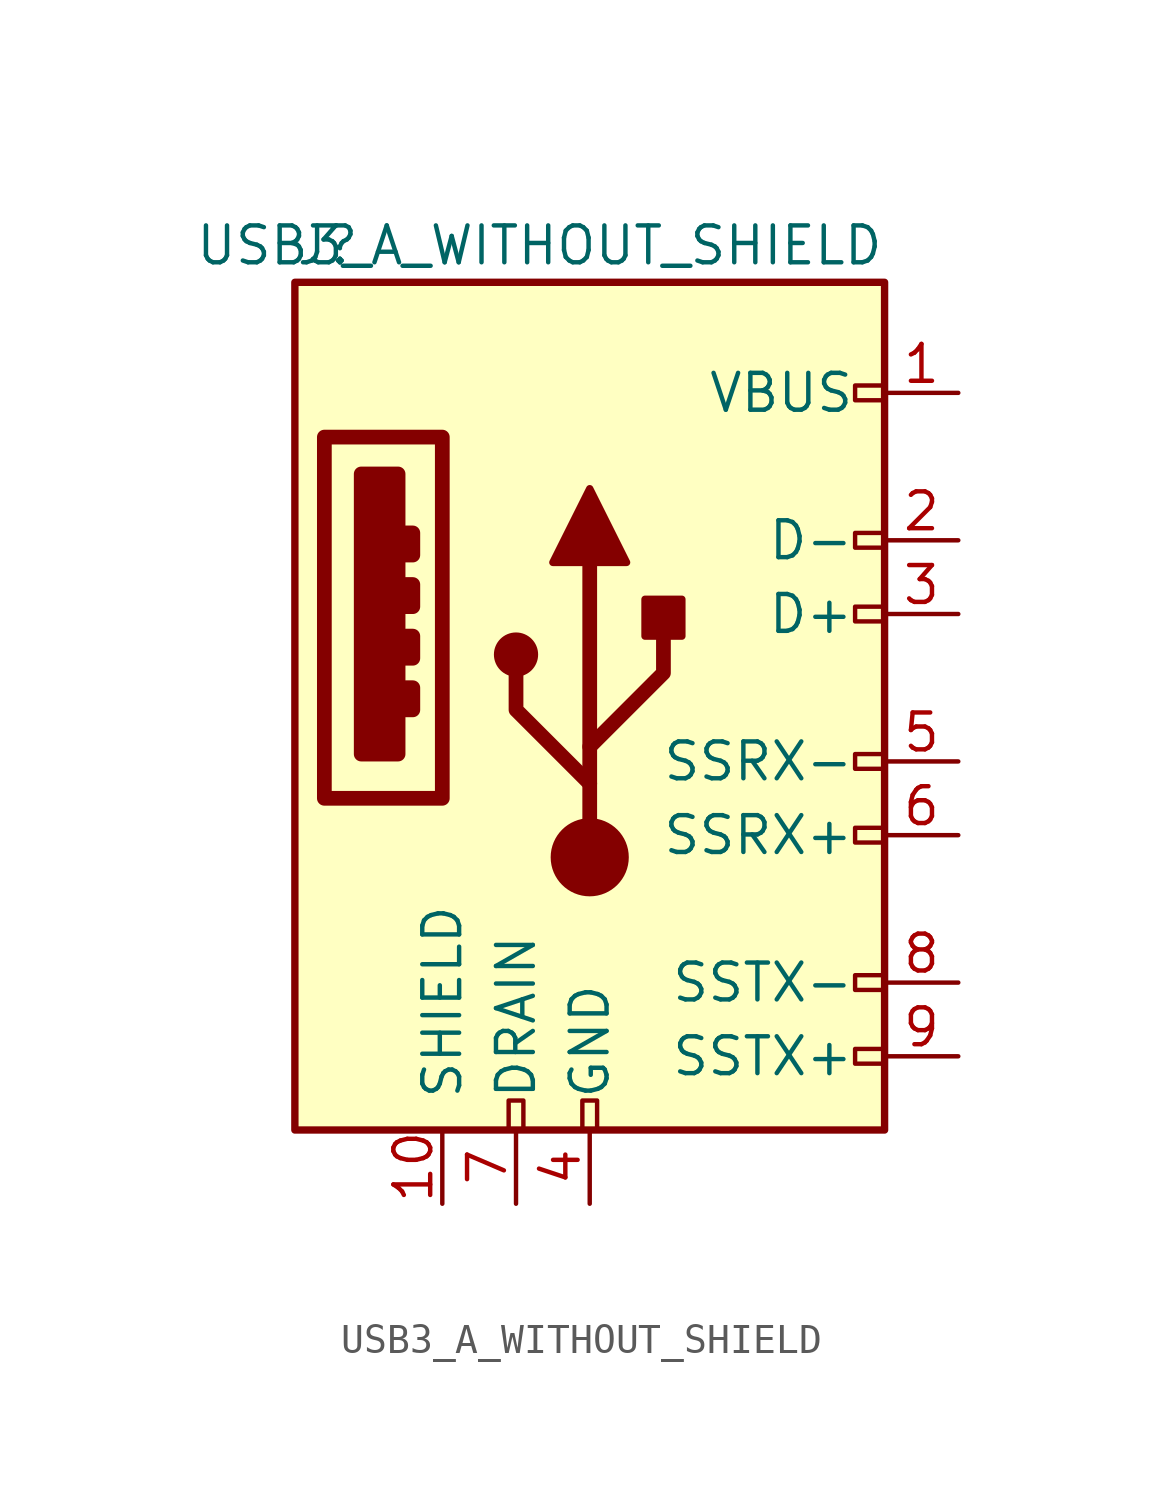
<source format=kicad_sym>
(kicad_symbol_lib
  (version 20211014)
  (generator kicad_symbol_editor)
  (symbol "USB3_A_WITHOUT_SHIELD"
    (pin_names
      (offset 1.016))
    (property "Reference" "J"
      (at -10.16 15.24 0)
      (effects (font (size 1.27 1.27)) (justify left)))
    (property "Value" "USB3_A_WITHOUT_SHIELD"
      (at 10.16 15.24 0)
      (effects (font (size 1.27 1.27)) (justify right)))
    (symbol "USB3_A_WITHOUT_SHIELD_0_0"
      (rectangle (start -9.144 8.636) (end -5.08 -3.81) (stroke (width 0.508) (type default) (color 0 0 0 0)) (fill (type none)))
      (rectangle (start -7.874 7.366) (end -6.604 -2.286) (stroke (width 0.508) (type default) (color 0 0 0 0)) (fill (type outline)))
      (rectangle (start -6.35 0) (end -6.096 -0.762) (stroke (width 0.508) (type default) (color 0 0 0 0)) (fill (type none)))
      (rectangle (start -6.35 1.778) (end -6.096 1.016) (stroke (width 0.508) (type default) (color 0 0 0 0)) (fill (type none)))
      (rectangle (start -6.35 3.556) (end -6.096 2.794) (stroke (width 0.508) (type default) (color 0 0 0 0)) (fill (type none)))
      (rectangle (start -6.35 5.334) (end -6.096 4.572) (stroke (width 0.508) (type default) (color 0 0 0 0)) (fill (type none)))
      (rectangle (start -2.794 -15.24) (end -2.286 -14.224) (stroke (width 0) (type default) (color 0 0 0 0)) (fill (type none)))
      (rectangle (start -0.254 -15.24) (end 0.254 -14.224) (stroke (width 0) (type default) (color 0 0 0 0)) (fill (type none)))
      (rectangle (start 10.16 -12.446) (end 9.144 -12.954) (stroke (width 0) (type default) (color 0 0 0 0)) (fill (type none)))
      (rectangle (start 10.16 -9.906) (end 9.144 -10.414) (stroke (width 0) (type default) (color 0 0 0 0)) (fill (type none)))
      (rectangle (start 10.16 -4.826) (end 9.144 -5.334) (stroke (width 0) (type default) (color 0 0 0 0)) (fill (type none)))
      (rectangle (start 10.16 -2.286) (end 9.144 -2.794) (stroke (width 0) (type default) (color 0 0 0 0)) (fill (type none)))
      (rectangle (start 10.16 2.794) (end 9.144 2.286) (stroke (width 0) (type default) (color 0 0 0 0)) (fill (type none)))
      (rectangle (start 10.16 5.334) (end 9.144 4.826) (stroke (width 0) (type default) (color 0 0 0 0)) (fill (type none)))
      (rectangle (start 10.16 10.414) (end 9.144 9.906) (stroke (width 0) (type default) (color 0 0 0 0)) (fill (type none))))
    (symbol "USB3_A_WITHOUT_SHIELD_0_1"
      (rectangle (start -10.16 13.97) (end 10.16 -15.24) (stroke (width 0.254) (type default) (color 0 0 0 0)) (fill (type background))))
    (symbol "USB3_A_WITHOUT_SHIELD_1_1"
      (circle (center -2.54 1.143) (radius 0.635) (stroke (width 0.254) (type default) (color 0 0 0 0)) (fill (type outline)))
      (circle (center 0 -5.842) (radius 1.27) (stroke (width 0) (type default) (color 0 0 0 0)) (fill (type outline)))
      (polyline (pts (xy 0 -5.842) (xy 0 4.318)) (stroke (width 0.508) (type default) (color 0 0 0 0)) (fill (type none)))
      (polyline (pts (xy 0 -3.302) (xy -2.54 -0.762) (xy -2.54 0.508)) (stroke (width 0.508) (type default) (color 0 0 0 0)) (fill (type none)))
      (polyline (pts (xy 0 -2.032) (xy 2.54 0.508) (xy 2.54 1.778)) (stroke (width 0.508) (type default) (color 0 0 0 0)) (fill (type none)))
      (polyline (pts (xy -1.27 4.318) (xy 0 6.858) (xy 1.27 4.318) (xy -1.27 4.318)) (stroke (width 0.254) (type default) (color 0 0 0 0)) (fill (type outline)))
      (rectangle (start 1.905 1.778) (end 3.175 3.048) (stroke (width 0.254) (type default) (color 0 0 0 0)) (fill (type outline)))
      (pin power_in line (at 12.7 10.16 180) (length 2.54) (name "VBUS" (effects (font (size 1.27 1.27)))) (number "1" (effects (font (size 1.27 1.27)))))
      (pin passive line (at -5.08 -17.78 90) (length 2.54) (name "SHIELD" (effects (font (size 1.27 1.27)))) (number "10" (effects (font (size 1.27 1.27)))))
      (pin bidirectional line (at 12.7 5.08 180) (length 2.54) (name "D-" (effects (font (size 1.27 1.27)))) (number "2" (effects (font (size 1.27 1.27)))))
      (pin bidirectional line (at 12.7 2.54 180) (length 2.54) (name "D+" (effects (font (size 1.27 1.27)))) (number "3" (effects (font (size 1.27 1.27)))))
      (pin power_in line (at 0 -17.78 90) (length 2.54) (name "GND" (effects (font (size 1.27 1.27)))) (number "4" (effects (font (size 1.27 1.27)))))
      (pin output line (at 12.7 -2.54 180) (length 2.54) (name "SSRX-" (effects (font (size 1.27 1.27)))) (number "5" (effects (font (size 1.27 1.27)))))
      (pin output line (at 12.7 -5.08 180) (length 2.54) (name "SSRX+" (effects (font (size 1.27 1.27)))) (number "6" (effects (font (size 1.27 1.27)))))
      (pin passive line (at -2.54 -17.78 90) (length 2.54) (name "DRAIN" (effects (font (size 1.27 1.27)))) (number "7" (effects (font (size 1.27 1.27)))))
      (pin input line (at 12.7 -10.16 180) (length 2.54) (name "SSTX-" (effects (font (size 1.27 1.27)))) (number "8" (effects (font (size 1.27 1.27)))))
      (pin input line (at 12.7 -12.7 180) (length 2.54) (name "SSTX+" (effects (font (size 1.27 1.27)))) (number "9" (effects (font (size 1.27 1.27))))))))
</source>
